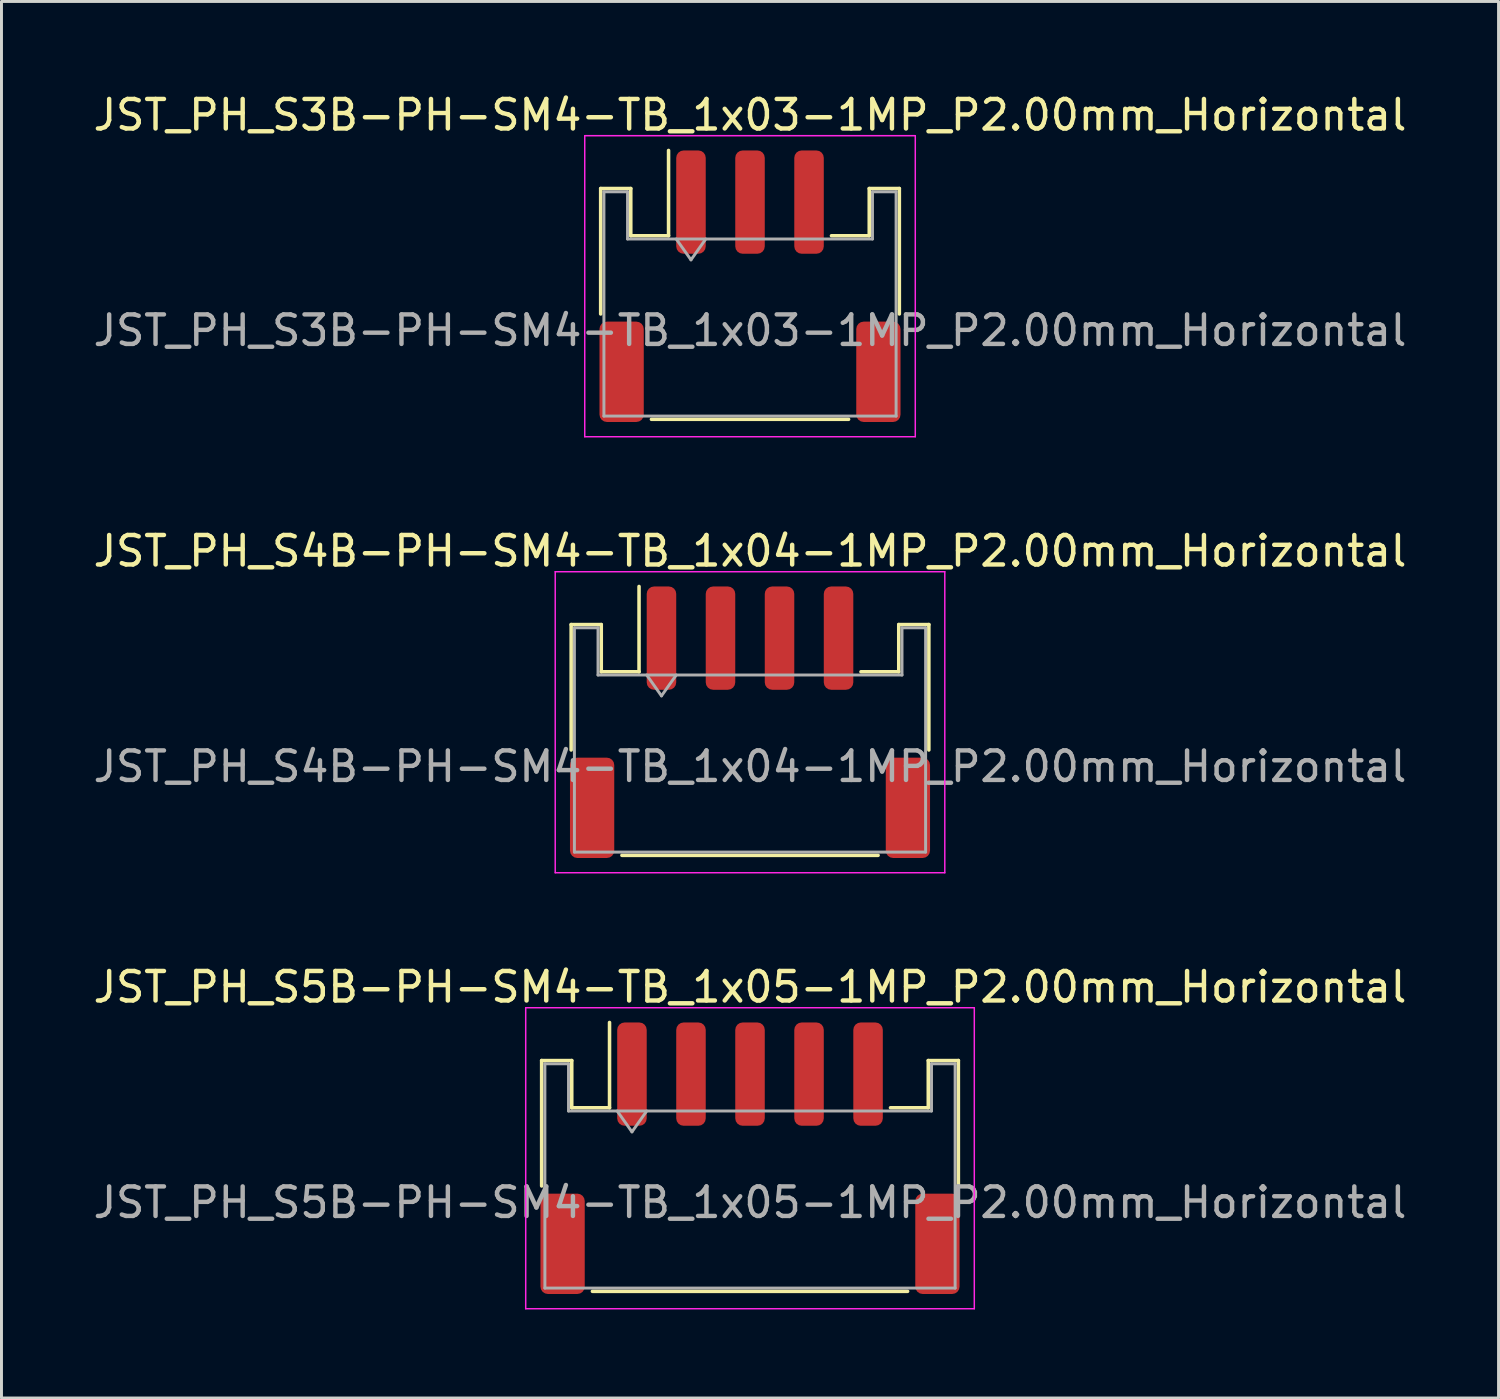
<source format=kicad_pcb>
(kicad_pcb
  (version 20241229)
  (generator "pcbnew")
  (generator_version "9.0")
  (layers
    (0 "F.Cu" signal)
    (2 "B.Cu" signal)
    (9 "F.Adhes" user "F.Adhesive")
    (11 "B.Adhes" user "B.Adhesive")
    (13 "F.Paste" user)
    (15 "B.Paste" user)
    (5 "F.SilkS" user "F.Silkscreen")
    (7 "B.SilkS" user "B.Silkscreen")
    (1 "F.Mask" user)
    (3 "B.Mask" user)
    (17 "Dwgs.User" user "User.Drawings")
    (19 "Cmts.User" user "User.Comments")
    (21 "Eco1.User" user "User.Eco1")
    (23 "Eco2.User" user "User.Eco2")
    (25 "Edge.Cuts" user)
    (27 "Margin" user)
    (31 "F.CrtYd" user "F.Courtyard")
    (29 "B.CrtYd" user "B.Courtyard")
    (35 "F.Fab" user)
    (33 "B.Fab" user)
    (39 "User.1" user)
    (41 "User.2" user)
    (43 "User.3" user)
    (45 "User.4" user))
  (footprint "JST_PH_S5B-PH-SM4-TB_1x05-1MP_P2.00mm_Horizontal"
    (layer "F.Cu")
    (at 22.363 36.195)
    (property "Reference" "JST_PH_S5B-PH-SM4-TB_1x05-1MP_P2.00mm_Horizontal" (at 0 -5.8 0) (layer "F.SilkS") (effects (font (size 1 1) (thickness 0.15))))
    (attr smd)
    (fp_line (start -7.06 -3.31) (end -6.04 -3.31) (stroke (width 0.12) (type solid)) (layer "F.SilkS"))
    (fp_line (start -7.06 0.94) (end -7.06 -3.31) (stroke (width 0.12) (type solid)) (layer "F.SilkS"))
    (fp_line (start -6.04 -3.31) (end -6.04 -1.71) (stroke (width 0.12) (type solid)) (layer "F.SilkS"))
    (fp_line (start -6.04 -1.71) (end -4.76 -1.71) (stroke (width 0.12) (type solid)) (layer "F.SilkS"))
    (fp_line (start -5.34 4.51) (end 5.34 4.51) (stroke (width 0.12) (type solid)) (layer "F.SilkS"))
    (fp_line (start -4.76 -1.71) (end -4.76 -4.6) (stroke (width 0.12) (type solid)) (layer "F.SilkS"))
    (fp_line (start 6.04 -3.31) (end 6.04 -1.71) (stroke (width 0.12) (type solid)) (layer "F.SilkS"))
    (fp_line (start 6.04 -1.71) (end 4.76 -1.71) (stroke (width 0.12) (type solid)) (layer "F.SilkS"))
    (fp_line (start 7.06 -3.31) (end 6.04 -3.31) (stroke (width 0.12) (type solid)) (layer "F.SilkS"))
    (fp_line (start 7.06 0.94) (end 7.06 -3.31) (stroke (width 0.12) (type solid)) (layer "F.SilkS"))
    (fp_line (start -7.6 -5.1) (end -7.6 5.1) (stroke (width 0.05) (type solid)) (layer "F.CrtYd"))
    (fp_line (start -7.6 5.1) (end 7.6 5.1) (stroke (width 0.05) (type solid)) (layer "F.CrtYd"))
    (fp_line (start 7.6 -5.1) (end -7.6 -5.1) (stroke (width 0.05) (type solid)) (layer "F.CrtYd"))
    (fp_line (start 7.6 5.1) (end 7.6 -5.1) (stroke (width 0.05) (type solid)) (layer "F.CrtYd"))
    (fp_line (start -6.95 -3.2) (end -6.95 4.4) (stroke (width 0.1) (type solid)) (layer "F.Fab"))
    (fp_line (start -6.95 -3.2) (end -6.15 -3.2) (stroke (width 0.1) (type solid)) (layer "F.Fab"))
    (fp_line (start -6.95 4.4) (end 6.95 4.4) (stroke (width 0.1) (type solid)) (layer "F.Fab"))
    (fp_line (start -6.15 -3.2) (end -6.15 -1.6) (stroke (width 0.1) (type solid)) (layer "F.Fab"))
    (fp_line (start -6.15 -1.6) (end 6.15 -1.6) (stroke (width 0.1) (type solid)) (layer "F.Fab"))
    (fp_line (start -4.5 -1.6) (end -4 -0.893) (stroke (width 0.1) (type solid)) (layer "F.Fab"))
    (fp_line (start -4 -0.893) (end -3.5 -1.6) (stroke (width 0.1) (type solid)) (layer "F.Fab"))
    (fp_line (start 6.15 -3.2) (end 6.95 -3.2) (stroke (width 0.1) (type solid)) (layer "F.Fab"))
    (fp_line (start 6.15 -1.6) (end 6.15 -3.2) (stroke (width 0.1) (type solid)) (layer "F.Fab"))
    (fp_line (start 6.95 -3.2) (end 6.95 4.4) (stroke (width 0.1) (type solid)) (layer "F.Fab"))
    (fp_text user "${REFERENCE}" (at 0 1.5 0) (layer "F.Fab") (effects (font (size 1 1) (thickness 0.15))))
    (pad "1" smd roundrect (at -4 -2.85) (size 1 3.5) (layers "F.Cu" "F.Mask" "F.Paste") (roundrect_rratio 0.25))
    (pad "2" smd roundrect (at -2 -2.85) (size 1 3.5) (layers "F.Cu" "F.Mask" "F.Paste") (roundrect_rratio 0.25))
    (pad "3" smd roundrect (at 0 -2.85) (size 1 3.5) (layers "F.Cu" "F.Mask" "F.Paste") (roundrect_rratio 0.25))
    (pad "4" smd roundrect (at 2 -2.85) (size 1 3.5) (layers "F.Cu" "F.Mask" "F.Paste") (roundrect_rratio 0.25))
    (pad "5" smd roundrect (at 4 -2.85) (size 1 3.5) (layers "F.Cu" "F.Mask" "F.Paste") (roundrect_rratio 0.25))
    (pad "MP" smd roundrect (at -6.35 2.9) (size 1.5 3.4) (layers "F.Cu" "F.Mask" "F.Paste") (roundrect_rratio 0.167))
    (pad "MP" smd roundrect (at 6.35 2.9) (size 1.5 3.4) (layers "F.Cu" "F.Mask" "F.Paste") (roundrect_rratio 0.167)))
  (footprint "JST_PH_S3B-PH-SM4-TB_1x03-1MP_P2.00mm_Horizontal"
    (layer "F.Cu")
    (at 22.363 6.648)
    (property "Reference" "JST_PH_S3B-PH-SM4-TB_1x03-1MP_P2.00mm_Horizontal" (at 0 -5.8 0) (layer "F.SilkS") (effects (font (size 1 1) (thickness 0.15))))
    (attr smd)
    (fp_line (start -5.06 -3.31) (end -4.04 -3.31) (stroke (width 0.12) (type solid)) (layer "F.SilkS"))
    (fp_line (start -5.06 0.94) (end -5.06 -3.31) (stroke (width 0.12) (type solid)) (layer "F.SilkS"))
    (fp_line (start -4.04 -3.31) (end -4.04 -1.71) (stroke (width 0.12) (type solid)) (layer "F.SilkS"))
    (fp_line (start -4.04 -1.71) (end -2.76 -1.71) (stroke (width 0.12) (type solid)) (layer "F.SilkS"))
    (fp_line (start -3.34 4.51) (end 3.34 4.51) (stroke (width 0.12) (type solid)) (layer "F.SilkS"))
    (fp_line (start -2.76 -1.71) (end -2.76 -4.6) (stroke (width 0.12) (type solid)) (layer "F.SilkS"))
    (fp_line (start 4.04 -3.31) (end 4.04 -1.71) (stroke (width 0.12) (type solid)) (layer "F.SilkS"))
    (fp_line (start 4.04 -1.71) (end 2.76 -1.71) (stroke (width 0.12) (type solid)) (layer "F.SilkS"))
    (fp_line (start 5.06 -3.31) (end 4.04 -3.31) (stroke (width 0.12) (type solid)) (layer "F.SilkS"))
    (fp_line (start 5.06 0.94) (end 5.06 -3.31) (stroke (width 0.12) (type solid)) (layer "F.SilkS"))
    (fp_line (start -5.6 -5.1) (end -5.6 5.1) (stroke (width 0.05) (type solid)) (layer "F.CrtYd"))
    (fp_line (start -5.6 5.1) (end 5.6 5.1) (stroke (width 0.05) (type solid)) (layer "F.CrtYd"))
    (fp_line (start 5.6 -5.1) (end -5.6 -5.1) (stroke (width 0.05) (type solid)) (layer "F.CrtYd"))
    (fp_line (start 5.6 5.1) (end 5.6 -5.1) (stroke (width 0.05) (type solid)) (layer "F.CrtYd"))
    (fp_line (start -4.95 -3.2) (end -4.95 4.4) (stroke (width 0.1) (type solid)) (layer "F.Fab"))
    (fp_line (start -4.95 -3.2) (end -4.15 -3.2) (stroke (width 0.1) (type solid)) (layer "F.Fab"))
    (fp_line (start -4.95 4.4) (end 4.95 4.4) (stroke (width 0.1) (type solid)) (layer "F.Fab"))
    (fp_line (start -4.15 -3.2) (end -4.15 -1.6) (stroke (width 0.1) (type solid)) (layer "F.Fab"))
    (fp_line (start -4.15 -1.6) (end 4.15 -1.6) (stroke (width 0.1) (type solid)) (layer "F.Fab"))
    (fp_line (start -2.5 -1.6) (end -2 -0.893) (stroke (width 0.1) (type solid)) (layer "F.Fab"))
    (fp_line (start -2 -0.893) (end -1.5 -1.6) (stroke (width 0.1) (type solid)) (layer "F.Fab"))
    (fp_line (start 4.15 -3.2) (end 4.95 -3.2) (stroke (width 0.1) (type solid)) (layer "F.Fab"))
    (fp_line (start 4.15 -1.6) (end 4.15 -3.2) (stroke (width 0.1) (type solid)) (layer "F.Fab"))
    (fp_line (start 4.95 -3.2) (end 4.95 4.4) (stroke (width 0.1) (type solid)) (layer "F.Fab"))
    (fp_text user "${REFERENCE}" (at 0 1.5 0) (layer "F.Fab") (effects (font (size 1 1) (thickness 0.15))))
    (pad "1" smd roundrect (at -2 -2.85) (size 1 3.5) (layers "F.Cu" "F.Mask" "F.Paste") (roundrect_rratio 0.25))
    (pad "2" smd roundrect (at 0 -2.85) (size 1 3.5) (layers "F.Cu" "F.Mask" "F.Paste") (roundrect_rratio 0.25))
    (pad "3" smd roundrect (at 2 -2.85) (size 1 3.5) (layers "F.Cu" "F.Mask" "F.Paste") (roundrect_rratio 0.25))
    (pad "MP" smd roundrect (at -4.35 2.9) (size 1.5 3.4) (layers "F.Cu" "F.Mask" "F.Paste") (roundrect_rratio 0.167))
    (pad "MP" smd roundrect (at 4.35 2.9) (size 1.5 3.4) (layers "F.Cu" "F.Mask" "F.Paste") (roundrect_rratio 0.167)))
  (footprint "JST_PH_S4B-PH-SM4-TB_1x04-1MP_P2.00mm_Horizontal"
    (layer "F.Cu")
    (at 22.363 21.422)
    (property "Reference" "JST_PH_S4B-PH-SM4-TB_1x04-1MP_P2.00mm_Horizontal" (at 0 -5.8 0) (layer "F.SilkS") (effects (font (size 1 1) (thickness 0.15))))
    (attr smd)
    (fp_line (start -6.06 -3.31) (end -5.04 -3.31) (stroke (width 0.12) (type solid)) (layer "F.SilkS"))
    (fp_line (start -6.06 0.94) (end -6.06 -3.31) (stroke (width 0.12) (type solid)) (layer "F.SilkS"))
    (fp_line (start -5.04 -3.31) (end -5.04 -1.71) (stroke (width 0.12) (type solid)) (layer "F.SilkS"))
    (fp_line (start -5.04 -1.71) (end -3.76 -1.71) (stroke (width 0.12) (type solid)) (layer "F.SilkS"))
    (fp_line (start -4.34 4.51) (end 4.34 4.51) (stroke (width 0.12) (type solid)) (layer "F.SilkS"))
    (fp_line (start -3.76 -1.71) (end -3.76 -4.6) (stroke (width 0.12) (type solid)) (layer "F.SilkS"))
    (fp_line (start 5.04 -3.31) (end 5.04 -1.71) (stroke (width 0.12) (type solid)) (layer "F.SilkS"))
    (fp_line (start 5.04 -1.71) (end 3.76 -1.71) (stroke (width 0.12) (type solid)) (layer "F.SilkS"))
    (fp_line (start 6.06 -3.31) (end 5.04 -3.31) (stroke (width 0.12) (type solid)) (layer "F.SilkS"))
    (fp_line (start 6.06 0.94) (end 6.06 -3.31) (stroke (width 0.12) (type solid)) (layer "F.SilkS"))
    (fp_line (start -6.6 -5.1) (end -6.6 5.1) (stroke (width 0.05) (type solid)) (layer "F.CrtYd"))
    (fp_line (start -6.6 5.1) (end 6.6 5.1) (stroke (width 0.05) (type solid)) (layer "F.CrtYd"))
    (fp_line (start 6.6 -5.1) (end -6.6 -5.1) (stroke (width 0.05) (type solid)) (layer "F.CrtYd"))
    (fp_line (start 6.6 5.1) (end 6.6 -5.1) (stroke (width 0.05) (type solid)) (layer "F.CrtYd"))
    (fp_line (start -5.95 -3.2) (end -5.95 4.4) (stroke (width 0.1) (type solid)) (layer "F.Fab"))
    (fp_line (start -5.95 -3.2) (end -5.15 -3.2) (stroke (width 0.1) (type solid)) (layer "F.Fab"))
    (fp_line (start -5.95 4.4) (end 5.95 4.4) (stroke (width 0.1) (type solid)) (layer "F.Fab"))
    (fp_line (start -5.15 -3.2) (end -5.15 -1.6) (stroke (width 0.1) (type solid)) (layer "F.Fab"))
    (fp_line (start -5.15 -1.6) (end 5.15 -1.6) (stroke (width 0.1) (type solid)) (layer "F.Fab"))
    (fp_line (start -3.5 -1.6) (end -3 -0.893) (stroke (width 0.1) (type solid)) (layer "F.Fab"))
    (fp_line (start -3 -0.893) (end -2.5 -1.6) (stroke (width 0.1) (type solid)) (layer "F.Fab"))
    (fp_line (start 5.15 -3.2) (end 5.95 -3.2) (stroke (width 0.1) (type solid)) (layer "F.Fab"))
    (fp_line (start 5.15 -1.6) (end 5.15 -3.2) (stroke (width 0.1) (type solid)) (layer "F.Fab"))
    (fp_line (start 5.95 -3.2) (end 5.95 4.4) (stroke (width 0.1) (type solid)) (layer "F.Fab"))
    (fp_text user "${REFERENCE}" (at 0 1.5 0) (layer "F.Fab") (effects (font (size 1 1) (thickness 0.15))))
    (pad "1" smd roundrect (at -3 -2.85) (size 1 3.5) (layers "F.Cu" "F.Mask" "F.Paste") (roundrect_rratio 0.25))
    (pad "2" smd roundrect (at -1 -2.85) (size 1 3.5) (layers "F.Cu" "F.Mask" "F.Paste") (roundrect_rratio 0.25))
    (pad "3" smd roundrect (at 1 -2.85) (size 1 3.5) (layers "F.Cu" "F.Mask" "F.Paste") (roundrect_rratio 0.25))
    (pad "4" smd roundrect (at 3 -2.85) (size 1 3.5) (layers "F.Cu" "F.Mask" "F.Paste") (roundrect_rratio 0.25))
    (pad "MP" smd roundrect (at -5.35 2.9) (size 1.5 3.4) (layers "F.Cu" "F.Mask" "F.Paste") (roundrect_rratio 0.167))
    (pad "MP" smd roundrect (at 5.35 2.9) (size 1.5 3.4) (layers "F.Cu" "F.Mask" "F.Paste") (roundrect_rratio 0.167)))
  (gr_rect
    (start -3 -3)
    (end 47.726 44.32)
    (stroke (width 0.1) (type default))
    (fill no)
    (layer "Edge.Cuts")))
</source>
